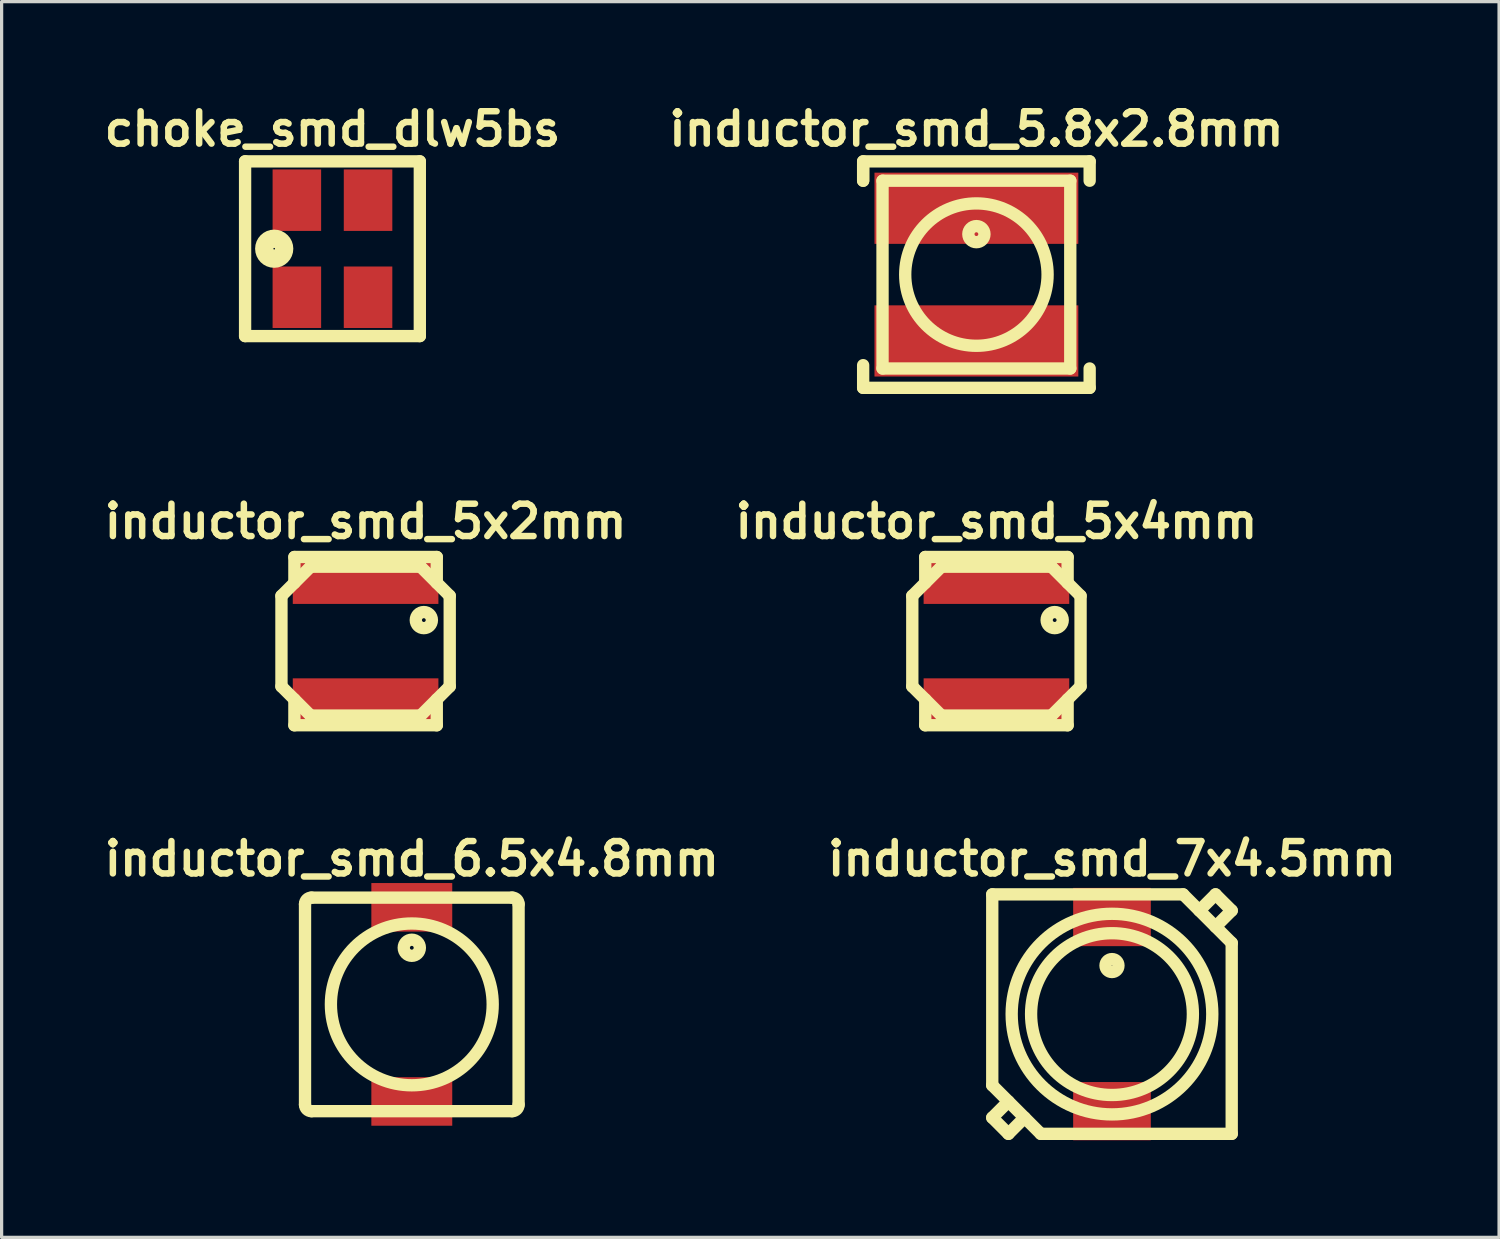
<source format=kicad_pcb>
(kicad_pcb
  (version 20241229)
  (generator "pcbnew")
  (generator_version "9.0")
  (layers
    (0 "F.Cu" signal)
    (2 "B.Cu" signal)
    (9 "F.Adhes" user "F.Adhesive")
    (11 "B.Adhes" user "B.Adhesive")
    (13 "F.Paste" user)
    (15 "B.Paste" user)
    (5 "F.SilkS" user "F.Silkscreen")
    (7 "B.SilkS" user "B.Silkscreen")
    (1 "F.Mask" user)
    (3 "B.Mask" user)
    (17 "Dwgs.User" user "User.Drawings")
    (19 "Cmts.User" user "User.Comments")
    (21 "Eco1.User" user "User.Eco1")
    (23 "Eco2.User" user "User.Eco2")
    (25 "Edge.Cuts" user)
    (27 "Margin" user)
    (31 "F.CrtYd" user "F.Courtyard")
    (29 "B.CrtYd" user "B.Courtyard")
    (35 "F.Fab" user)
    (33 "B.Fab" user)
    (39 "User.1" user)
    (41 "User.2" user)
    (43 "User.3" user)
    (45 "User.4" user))
  (footprint "inductor_smd_6.5x4.8mm"
    (layer "F.Cu")
    (at 9.676 27.989)
    (property "Reference" "inductor_smd_6.5x4.8mm" (at 0 -4.5 0) (layer "F.SilkS") (effects (font (size 1 1) (thickness 0.2))))
    (attr through_hole)
    (fp_line (start -3.3 3.1) (end -3.3 -3.1) (stroke (width 0.381) (type solid)) (layer "F.SilkS"))
    (fp_line (start -3.1 -3.3) (end 3.1 -3.3) (stroke (width 0.381) (type solid)) (layer "F.SilkS"))
    (fp_line (start 3.1 3.3) (end -3.1 3.3) (stroke (width 0.381) (type solid)) (layer "F.SilkS"))
    (fp_line (start 3.3 -3.1) (end 3.3 3.1) (stroke (width 0.381) (type solid)) (layer "F.SilkS"))
    (fp_arc (start -3.3 -3.1) (mid -3.241421 -3.241421) (end -3.1 -3.3) (stroke (width 0.381) (type solid)) (layer "F.SilkS"))
    (fp_arc (start -3.1 3.3) (mid -3.241421 3.241421) (end -3.3 3.1) (stroke (width 0.381) (type solid)) (layer "F.SilkS"))
    (fp_arc (start 3.1 -3.3) (mid 3.241421 -3.241421) (end 3.3 -3.1) (stroke (width 0.381) (type solid)) (layer "F.SilkS"))
    (fp_arc (start 3.3 3.1) (mid 3.241421 3.241421) (end 3.1 3.3) (stroke (width 0.381) (type solid)) (layer "F.SilkS"))
    (fp_circle (center 0 -1.75) (end 0 -1.501) (stroke (width 0.381) (type solid)) (fill no) (layer "F.SilkS"))
    (fp_circle (center 0 0) (end 2.5 0) (stroke (width 0.381) (type solid)) (fill no) (layer "F.SilkS"))
    (pad "1" smd rect (at 0 -3) (size 2.5 1.5) (layers "F.Cu" "F.Mask" "F.Paste"))
    (pad "2" smd rect (at 0 3) (size 2.5 1.5) (layers "F.Cu" "F.Mask" "F.Paste")))
  (footprint "inductor_smd_5x4mm"
    (layer "F.Cu")
    (at 27.743 16.763)
    (property "Reference" "inductor_smd_5x4mm" (at 0 -3.7 0) (layer "F.SilkS") (effects (font (size 1 1) (thickness 0.2))))
    (attr through_hole)
    (fp_line (start -2.6 1.4) (end -2.6 -1.4) (stroke (width 0.381) (type solid)) (layer "F.SilkS"))
    (fp_line (start -2.2 -2.6) (end 2.2 -2.6) (stroke (width 0.381) (type solid)) (layer "F.SilkS"))
    (fp_line (start -2.2 -1.8) (end -2.2 -2.6) (stroke (width 0.381) (type solid)) (layer "F.SilkS"))
    (fp_line (start -2.2 1.8) (end -2.2 2.6) (stroke (width 0.381) (type solid)) (layer "F.SilkS"))
    (fp_line (start -2.2 2.6) (end 2.2 2.6) (stroke (width 0.381) (type solid)) (layer "F.SilkS"))
    (fp_line (start -1.7 -2.3) (end -2.6 -1.4) (stroke (width 0.381) (type solid)) (layer "F.SilkS"))
    (fp_line (start -1.7 -2.3) (end 1.7 -2.3) (stroke (width 0.381) (type solid)) (layer "F.SilkS"))
    (fp_line (start -1.7 2.3) (end -2.6 1.4) (stroke (width 0.381) (type solid)) (layer "F.SilkS"))
    (fp_line (start 1.7 -2.3) (end 2.6 -1.4) (stroke (width 0.381) (type solid)) (layer "F.SilkS"))
    (fp_line (start 1.7 2.3) (end -1.7 2.3) (stroke (width 0.381) (type solid)) (layer "F.SilkS"))
    (fp_line (start 1.7 2.3) (end 2.6 1.4) (stroke (width 0.381) (type solid)) (layer "F.SilkS"))
    (fp_line (start 2.2 -2.6) (end 2.2 -1.8) (stroke (width 0.381) (type solid)) (layer "F.SilkS"))
    (fp_line (start 2.2 2.6) (end 2.2 1.8) (stroke (width 0.381) (type solid)) (layer "F.SilkS"))
    (fp_line (start 2.6 1.4) (end 2.6 -1.4) (stroke (width 0.381) (type solid)) (layer "F.SilkS"))
    (fp_circle (center 1.8 -0.65) (end 1.8 -0.401) (stroke (width 0.381) (type solid)) (fill no) (layer "F.SilkS"))
    (pad "1" smd rect (at 0 -1.95) (size 4.5 1.6) (layers "F.Cu" "F.Mask" "F.Paste"))
    (pad "2" smd rect (at 0 1.95) (size 4.5 1.6) (layers "F.Cu" "F.Mask" "F.Paste")))
  (footprint "inductor_smd_5.8x2.8mm"
    (layer "F.Cu")
    (at 27.124 5.436)
    (property "Reference" "inductor_smd_5.8x2.8mm" (at 0 -4.5 0) (layer "F.SilkS") (effects (font (size 1 1) (thickness 0.2))))
    (attr through_hole)
    (fp_line (start -3.5 -3.5) (end 3.5 -3.5) (stroke (width 0.381) (type solid)) (layer "F.SilkS"))
    (fp_line (start -3.5 -2.901) (end -3.5 -3.5) (stroke (width 0.381) (type solid)) (layer "F.SilkS"))
    (fp_line (start -3.5 -2.901) (end -3.5 -3.401) (stroke (width 0.381) (type solid)) (layer "F.SilkS"))
    (fp_line (start -3.5 2.799) (end -3.5 3.5) (stroke (width 0.381) (type solid)) (layer "F.SilkS"))
    (fp_line (start -3.5 3.5) (end 3.5 3.5) (stroke (width 0.381) (type solid)) (layer "F.SilkS"))
    (fp_line (start -2.901 -2.901) (end 2.901 -2.901) (stroke (width 0.381) (type solid)) (layer "F.SilkS"))
    (fp_line (start -2.901 2.901) (end -2.901 -2.901) (stroke (width 0.381) (type solid)) (layer "F.SilkS"))
    (fp_line (start 2.901 -2.901) (end 2.901 2.901) (stroke (width 0.381) (type solid)) (layer "F.SilkS"))
    (fp_line (start 2.901 2.901) (end -2.901 2.901) (stroke (width 0.381) (type solid)) (layer "F.SilkS"))
    (fp_line (start 3.5 -3.5) (end 3.5 -2.901) (stroke (width 0.381) (type solid)) (layer "F.SilkS"))
    (fp_line (start 3.5 3.5) (end 3.5 2.901) (stroke (width 0.381) (type solid)) (layer "F.SilkS"))
    (fp_circle (center 0 -1.25) (end 0 -1.001) (stroke (width 0.381) (type solid)) (fill no) (layer "F.SilkS"))
    (fp_circle (center 0 0) (end 2.2 0) (stroke (width 0.381) (type solid)) (fill no) (layer "F.SilkS"))
    (pad "1" smd rect (at 0 -2.05) (size 6.299 2.2) (layers "F.Cu" "F.Mask" "F.Paste"))
    (pad "2" smd rect (at 0 2.05) (size 6.299 2.2) (layers "F.Cu" "F.Mask" "F.Paste")))
  (footprint "choke_smd_dlw5bs"
    (layer "F.Cu")
    (at 7.224 4.636)
    (property "Reference" "choke_smd_dlw5bs" (at 0 -3.7 0) (layer "F.SilkS") (effects (font (size 1 1) (thickness 0.2))))
    (attr through_hole)
    (fp_line (start -2.7 2.7) (end -2.7 -2.7) (stroke (width 0.381) (type solid)) (layer "F.SilkS"))
    (fp_line (start -2.7 2.7) (end 2.7 2.7) (stroke (width 0.381) (type solid)) (layer "F.SilkS"))
    (fp_line (start 2.7 -2.7) (end -2.7 -2.7) (stroke (width 0.381) (type solid)) (layer "F.SilkS"))
    (fp_line (start 2.7 2.7) (end 2.7 -2.7) (stroke (width 0.381) (type solid)) (layer "F.SilkS"))
    (fp_circle (center -1.8 0) (end -2.2 0) (stroke (width 0.381) (type solid)) (fill no) (layer "F.SilkS"))
    (fp_circle (center -1.8 0) (end -1.7 0) (stroke (width 0.15) (type solid)) (fill no) (layer "F.SilkS"))
    (fp_circle (center -1.8 0) (end -1.6 0) (stroke (width 0.15) (type solid)) (fill no) (layer "F.SilkS"))
    (pad "1" smd rect (at -1.1 1.5) (size 1.5 1.9) (layers "F.Cu" "F.Mask" "F.Paste"))
    (pad "2" smd rect (at 1.1 1.5) (size 1.5 1.9) (layers "F.Cu" "F.Mask" "F.Paste"))
    (pad "3" smd rect (at 1.1 -1.5) (size 1.5 1.9) (layers "F.Cu" "F.Mask" "F.Paste"))
    (pad "4" smd rect (at -1.1 -1.5) (size 1.5 1.9) (layers "F.Cu" "F.Mask" "F.Paste")))
  (footprint "inductor_smd_5x2mm"
    (layer "F.Cu")
    (at 8.248 16.763)
    (property "Reference" "inductor_smd_5x2mm" (at 0 -3.7 0) (layer "F.SilkS") (effects (font (size 1 1) (thickness 0.2))))
    (attr through_hole)
    (fp_line (start -2.6 1.4) (end -2.6 -1.4) (stroke (width 0.381) (type solid)) (layer "F.SilkS"))
    (fp_line (start -2.2 -2.6) (end 2.2 -2.6) (stroke (width 0.381) (type solid)) (layer "F.SilkS"))
    (fp_line (start -2.2 -1.8) (end -2.2 -2.6) (stroke (width 0.381) (type solid)) (layer "F.SilkS"))
    (fp_line (start -2.2 1.8) (end -2.2 2.6) (stroke (width 0.381) (type solid)) (layer "F.SilkS"))
    (fp_line (start -2.2 2.6) (end 2.2 2.6) (stroke (width 0.381) (type solid)) (layer "F.SilkS"))
    (fp_line (start -1.7 -2.3) (end -2.6 -1.4) (stroke (width 0.381) (type solid)) (layer "F.SilkS"))
    (fp_line (start -1.7 -2.3) (end 1.7 -2.3) (stroke (width 0.381) (type solid)) (layer "F.SilkS"))
    (fp_line (start -1.7 2.3) (end -2.6 1.4) (stroke (width 0.381) (type solid)) (layer "F.SilkS"))
    (fp_line (start 1.7 -2.3) (end 2.6 -1.4) (stroke (width 0.381) (type solid)) (layer "F.SilkS"))
    (fp_line (start 1.7 2.3) (end -1.7 2.3) (stroke (width 0.381) (type solid)) (layer "F.SilkS"))
    (fp_line (start 1.7 2.3) (end 2.6 1.4) (stroke (width 0.381) (type solid)) (layer "F.SilkS"))
    (fp_line (start 2.2 -2.6) (end 2.2 -1.8) (stroke (width 0.381) (type solid)) (layer "F.SilkS"))
    (fp_line (start 2.2 2.6) (end 2.2 1.8) (stroke (width 0.381) (type solid)) (layer "F.SilkS"))
    (fp_line (start 2.6 1.4) (end 2.6 -1.4) (stroke (width 0.381) (type solid)) (layer "F.SilkS"))
    (fp_circle (center 1.8 -0.65) (end 1.8 -0.401) (stroke (width 0.381) (type solid)) (fill no) (layer "F.SilkS"))
    (pad "1" smd rect (at 0 -1.95) (size 4.5 1.6) (layers "F.Cu" "F.Mask" "F.Paste"))
    (pad "2" smd rect (at 0 1.95) (size 4.5 1.6) (layers "F.Cu" "F.Mask" "F.Paste")))
  (footprint "inductor_smd_7x4.5mm"
    (layer "F.Cu")
    (at 31.314 28.289)
    (property "Reference" "inductor_smd_7x4.5mm" (at 0 -4.8 0) (layer "F.SilkS") (effects (font (size 1 1) (thickness 0.2))))
    (attr through_hole)
    (fp_line (start -3.7 -3.7) (end -3.7 2.2) (stroke (width 0.381) (type solid)) (layer "F.SilkS"))
    (fp_line (start -3.7 -3.7) (end 2.2 -3.7) (stroke (width 0.381) (type solid)) (layer "F.SilkS"))
    (fp_line (start -3.7 2.2) (end -2.2 3.7) (stroke (width 0.381) (type solid)) (layer "F.SilkS"))
    (fp_line (start -3.7 3.2) (end -3.2 3.7) (stroke (width 0.381) (type solid)) (layer "F.SilkS"))
    (fp_line (start -3.2 2.7) (end -3.7 3.2) (stroke (width 0.381) (type solid)) (layer "F.SilkS"))
    (fp_line (start -3.2 3.7) (end -2.7 3.2) (stroke (width 0.381) (type solid)) (layer "F.SilkS"))
    (fp_line (start -2.2 3.7) (end 3.7 3.7) (stroke (width 0.381) (type solid)) (layer "F.SilkS"))
    (fp_line (start 2.2 -3.7) (end 3.7 -2.2) (stroke (width 0.381) (type solid)) (layer "F.SilkS"))
    (fp_line (start 2.7 -3.2) (end 3.2 -3.7) (stroke (width 0.381) (type solid)) (layer "F.SilkS"))
    (fp_line (start 3.2 -3.7) (end 3.7 -3.2) (stroke (width 0.381) (type solid)) (layer "F.SilkS"))
    (fp_line (start 3.7 -3.2) (end 3.2 -2.7) (stroke (width 0.381) (type solid)) (layer "F.SilkS"))
    (fp_line (start 3.7 -2.2) (end 3.7 3.7) (stroke (width 0.381) (type solid)) (layer "F.SilkS"))
    (fp_circle (center 0 -1.5) (end 0.2 -1.5) (stroke (width 0.381) (type solid)) (fill no) (layer "F.SilkS"))
    (fp_circle (center 0 0) (end 2.5 0) (stroke (width 0.381) (type solid)) (fill no) (layer "F.SilkS"))
    (fp_circle (center 0 0) (end 3.1 0) (stroke (width 0.381) (type solid)) (fill no) (layer "F.SilkS"))
    (pad "1" smd rect (at 0 -3) (size 2.4 1.8) (layers "F.Cu" "F.Mask" "F.Paste"))
    (pad "2" smd rect (at 0 3) (size 2.4 1.8) (layers "F.Cu" "F.Mask" "F.Paste")))
  (gr_rect
    (start -3 -3)
    (end 43.276 35.189)
    (stroke (width 0.1) (type default))
    (fill no)
    (layer "Edge.Cuts")))
</source>
